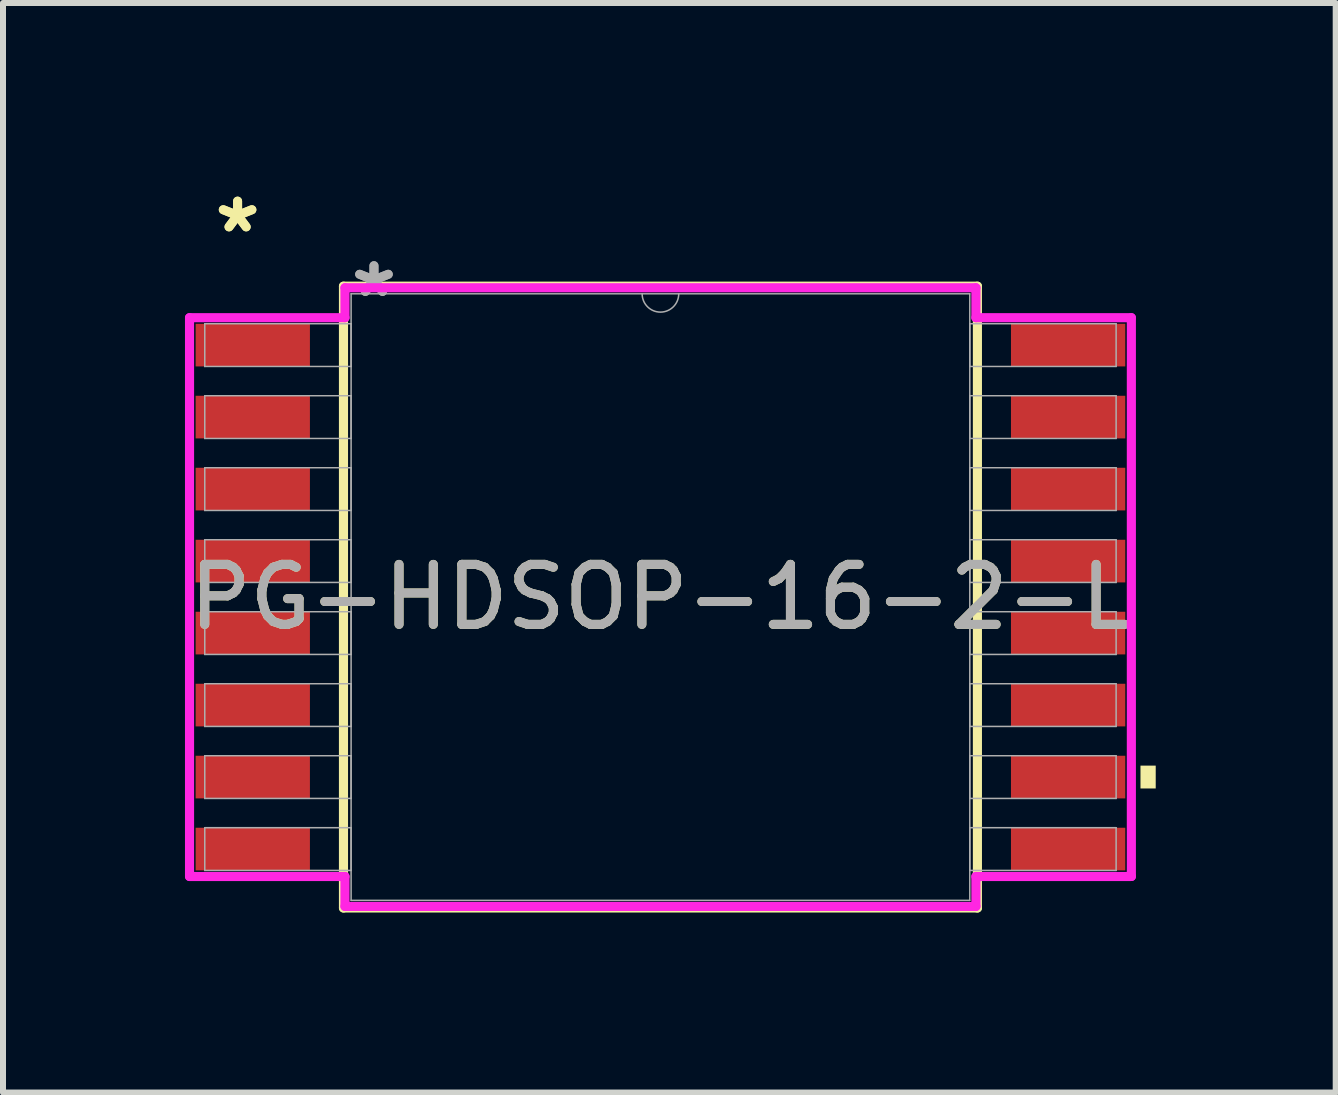
<source format=kicad_pcb>
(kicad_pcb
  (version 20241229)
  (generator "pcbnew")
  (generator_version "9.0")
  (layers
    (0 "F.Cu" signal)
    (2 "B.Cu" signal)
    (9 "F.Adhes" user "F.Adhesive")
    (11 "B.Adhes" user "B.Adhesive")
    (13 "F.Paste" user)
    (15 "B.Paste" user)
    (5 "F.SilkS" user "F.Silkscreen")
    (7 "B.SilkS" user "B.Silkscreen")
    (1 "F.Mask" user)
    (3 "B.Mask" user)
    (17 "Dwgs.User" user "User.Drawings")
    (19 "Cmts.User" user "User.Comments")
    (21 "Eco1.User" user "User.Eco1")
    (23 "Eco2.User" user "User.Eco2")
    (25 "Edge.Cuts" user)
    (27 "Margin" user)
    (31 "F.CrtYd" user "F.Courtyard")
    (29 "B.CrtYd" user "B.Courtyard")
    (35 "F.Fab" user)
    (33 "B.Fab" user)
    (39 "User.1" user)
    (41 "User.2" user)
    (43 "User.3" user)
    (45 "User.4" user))
  (footprint "PG-HDSOP-16-2-L"
    (layer "F.Cu")
    (at 7.958 6.902)
    (property "Reference" "PG-HDSOP-16-2-L" (at 0 0 0) (unlocked yes) (layer "F.SilkS") (effects (font (size 1 1) (thickness 0.15))))
    (attr smd)
    (fp_line (start -5.283 -5.182) (end -5.283 5.182) (stroke (width 0.152) (type solid)) (layer "F.SilkS"))
    (fp_line (start -5.283 5.182) (end 5.283 5.182) (stroke (width 0.152) (type solid)) (layer "F.SilkS"))
    (fp_line (start 5.283 -5.182) (end -5.283 -5.182) (stroke (width 0.152) (type solid)) (layer "F.SilkS"))
    (fp_line (start 5.283 5.182) (end 5.283 -5.182) (stroke (width 0.152) (type solid)) (layer "F.SilkS"))
    (fp_poly (pts (xy 8.255 2.809) (xy 8.255 3.19) (xy 8.001 3.19) (xy 8.001 2.809)) (stroke (width 0) (type solid)) (fill yes) (layer "F.SilkS"))
    (fp_line (start -7.849 -4.657) (end -5.258 -4.657) (stroke (width 0.152) (type solid)) (layer "F.CrtYd"))
    (fp_line (start -7.849 4.657) (end -7.849 -4.657) (stroke (width 0.152) (type solid)) (layer "F.CrtYd"))
    (fp_line (start -7.849 4.657) (end -5.258 4.657) (stroke (width 0.152) (type solid)) (layer "F.CrtYd"))
    (fp_line (start -5.258 -5.156) (end 5.258 -5.156) (stroke (width 0.152) (type solid)) (layer "F.CrtYd"))
    (fp_line (start -5.258 -4.657) (end -5.258 -5.156) (stroke (width 0.152) (type solid)) (layer "F.CrtYd"))
    (fp_line (start -5.258 5.156) (end -5.258 4.657) (stroke (width 0.152) (type solid)) (layer "F.CrtYd"))
    (fp_line (start 5.258 -5.156) (end 5.258 -4.657) (stroke (width 0.152) (type solid)) (layer "F.CrtYd"))
    (fp_line (start 5.258 4.657) (end 5.258 5.156) (stroke (width 0.152) (type solid)) (layer "F.CrtYd"))
    (fp_line (start 5.258 5.156) (end -5.258 5.156) (stroke (width 0.152) (type solid)) (layer "F.CrtYd"))
    (fp_line (start 7.849 -4.657) (end 5.258 -4.657) (stroke (width 0.152) (type solid)) (layer "F.CrtYd"))
    (fp_line (start 7.849 -4.657) (end 7.849 4.657) (stroke (width 0.152) (type solid)) (layer "F.CrtYd"))
    (fp_line (start 7.849 4.657) (end 5.258 4.657) (stroke (width 0.152) (type solid)) (layer "F.CrtYd"))
    (fp_line (start -7.595 -4.556) (end -7.595 -3.844) (stroke (width 0.025) (type solid)) (layer "F.Fab"))
    (fp_line (start -7.595 -3.844) (end -5.156 -3.844) (stroke (width 0.025) (type solid)) (layer "F.Fab"))
    (fp_line (start -7.595 -3.356) (end -7.595 -2.644) (stroke (width 0.025) (type solid)) (layer "F.Fab"))
    (fp_line (start -7.595 -2.644) (end -5.156 -2.644) (stroke (width 0.025) (type solid)) (layer "F.Fab"))
    (fp_line (start -7.595 -2.156) (end -7.595 -1.444) (stroke (width 0.025) (type solid)) (layer "F.Fab"))
    (fp_line (start -7.595 -1.444) (end -5.156 -1.444) (stroke (width 0.025) (type solid)) (layer "F.Fab"))
    (fp_line (start -7.595 -0.956) (end -7.595 -0.244) (stroke (width 0.025) (type solid)) (layer "F.Fab"))
    (fp_line (start -7.595 -0.244) (end -5.156 -0.244) (stroke (width 0.025) (type solid)) (layer "F.Fab"))
    (fp_line (start -7.595 0.244) (end -7.595 0.956) (stroke (width 0.025) (type solid)) (layer "F.Fab"))
    (fp_line (start -7.595 0.956) (end -5.156 0.956) (stroke (width 0.025) (type solid)) (layer "F.Fab"))
    (fp_line (start -7.595 1.444) (end -7.595 2.156) (stroke (width 0.025) (type solid)) (layer "F.Fab"))
    (fp_line (start -7.595 2.156) (end -5.156 2.156) (stroke (width 0.025) (type solid)) (layer "F.Fab"))
    (fp_line (start -7.595 2.644) (end -7.595 3.356) (stroke (width 0.025) (type solid)) (layer "F.Fab"))
    (fp_line (start -7.595 3.356) (end -5.156 3.356) (stroke (width 0.025) (type solid)) (layer "F.Fab"))
    (fp_line (start -7.595 3.844) (end -7.595 4.556) (stroke (width 0.025) (type solid)) (layer "F.Fab"))
    (fp_line (start -7.595 4.556) (end -5.156 4.556) (stroke (width 0.025) (type solid)) (layer "F.Fab"))
    (fp_line (start -5.156 -5.055) (end -5.156 5.055) (stroke (width 0.025) (type solid)) (layer "F.Fab"))
    (fp_line (start -5.156 -4.556) (end -7.595 -4.556) (stroke (width 0.025) (type solid)) (layer "F.Fab"))
    (fp_line (start -5.156 -3.844) (end -5.156 -4.556) (stroke (width 0.025) (type solid)) (layer "F.Fab"))
    (fp_line (start -5.156 -3.356) (end -7.595 -3.356) (stroke (width 0.025) (type solid)) (layer "F.Fab"))
    (fp_line (start -5.156 -2.644) (end -5.156 -3.356) (stroke (width 0.025) (type solid)) (layer "F.Fab"))
    (fp_line (start -5.156 -2.156) (end -7.595 -2.156) (stroke (width 0.025) (type solid)) (layer "F.Fab"))
    (fp_line (start -5.156 -1.444) (end -5.156 -2.156) (stroke (width 0.025) (type solid)) (layer "F.Fab"))
    (fp_line (start -5.156 -0.956) (end -7.595 -0.956) (stroke (width 0.025) (type solid)) (layer "F.Fab"))
    (fp_line (start -5.156 -0.244) (end -5.156 -0.956) (stroke (width 0.025) (type solid)) (layer "F.Fab"))
    (fp_line (start -5.156 0.244) (end -7.595 0.244) (stroke (width 0.025) (type solid)) (layer "F.Fab"))
    (fp_line (start -5.156 0.956) (end -5.156 0.244) (stroke (width 0.025) (type solid)) (layer "F.Fab"))
    (fp_line (start -5.156 1.444) (end -7.595 1.444) (stroke (width 0.025) (type solid)) (layer "F.Fab"))
    (fp_line (start -5.156 2.156) (end -5.156 1.444) (stroke (width 0.025) (type solid)) (layer "F.Fab"))
    (fp_line (start -5.156 2.644) (end -7.595 2.644) (stroke (width 0.025) (type solid)) (layer "F.Fab"))
    (fp_line (start -5.156 3.356) (end -5.156 2.644) (stroke (width 0.025) (type solid)) (layer "F.Fab"))
    (fp_line (start -5.156 3.844) (end -7.595 3.844) (stroke (width 0.025) (type solid)) (layer "F.Fab"))
    (fp_line (start -5.156 4.556) (end -5.156 3.844) (stroke (width 0.025) (type solid)) (layer "F.Fab"))
    (fp_line (start -5.156 5.055) (end 5.156 5.055) (stroke (width 0.025) (type solid)) (layer "F.Fab"))
    (fp_line (start 5.156 -5.055) (end -5.156 -5.055) (stroke (width 0.025) (type solid)) (layer "F.Fab"))
    (fp_line (start 5.156 -4.556) (end 5.156 -3.844) (stroke (width 0.025) (type solid)) (layer "F.Fab"))
    (fp_line (start 5.156 -3.844) (end 7.595 -3.844) (stroke (width 0.025) (type solid)) (layer "F.Fab"))
    (fp_line (start 5.156 -3.356) (end 5.156 -2.644) (stroke (width 0.025) (type solid)) (layer "F.Fab"))
    (fp_line (start 5.156 -2.644) (end 7.595 -2.644) (stroke (width 0.025) (type solid)) (layer "F.Fab"))
    (fp_line (start 5.156 -2.156) (end 5.156 -1.444) (stroke (width 0.025) (type solid)) (layer "F.Fab"))
    (fp_line (start 5.156 -1.444) (end 7.595 -1.444) (stroke (width 0.025) (type solid)) (layer "F.Fab"))
    (fp_line (start 5.156 -0.956) (end 5.156 -0.244) (stroke (width 0.025) (type solid)) (layer "F.Fab"))
    (fp_line (start 5.156 -0.244) (end 7.595 -0.244) (stroke (width 0.025) (type solid)) (layer "F.Fab"))
    (fp_line (start 5.156 0.244) (end 5.156 0.956) (stroke (width 0.025) (type solid)) (layer "F.Fab"))
    (fp_line (start 5.156 0.956) (end 7.595 0.956) (stroke (width 0.025) (type solid)) (layer "F.Fab"))
    (fp_line (start 5.156 1.444) (end 5.156 2.156) (stroke (width 0.025) (type solid)) (layer "F.Fab"))
    (fp_line (start 5.156 2.156) (end 7.595 2.156) (stroke (width 0.025) (type solid)) (layer "F.Fab"))
    (fp_line (start 5.156 2.644) (end 5.156 3.356) (stroke (width 0.025) (type solid)) (layer "F.Fab"))
    (fp_line (start 5.156 3.356) (end 7.595 3.356) (stroke (width 0.025) (type solid)) (layer "F.Fab"))
    (fp_line (start 5.156 3.844) (end 5.156 4.556) (stroke (width 0.025) (type solid)) (layer "F.Fab"))
    (fp_line (start 5.156 4.556) (end 7.595 4.556) (stroke (width 0.025) (type solid)) (layer "F.Fab"))
    (fp_line (start 5.156 5.055) (end 5.156 -5.055) (stroke (width 0.025) (type solid)) (layer "F.Fab"))
    (fp_line (start 7.595 -4.556) (end 5.156 -4.556) (stroke (width 0.025) (type solid)) (layer "F.Fab"))
    (fp_line (start 7.595 -3.844) (end 7.595 -4.556) (stroke (width 0.025) (type solid)) (layer "F.Fab"))
    (fp_line (start 7.595 -3.356) (end 5.156 -3.356) (stroke (width 0.025) (type solid)) (layer "F.Fab"))
    (fp_line (start 7.595 -2.644) (end 7.595 -3.356) (stroke (width 0.025) (type solid)) (layer "F.Fab"))
    (fp_line (start 7.595 -2.156) (end 5.156 -2.156) (stroke (width 0.025) (type solid)) (layer "F.Fab"))
    (fp_line (start 7.595 -1.444) (end 7.595 -2.156) (stroke (width 0.025) (type solid)) (layer "F.Fab"))
    (fp_line (start 7.595 -0.956) (end 5.156 -0.956) (stroke (width 0.025) (type solid)) (layer "F.Fab"))
    (fp_line (start 7.595 -0.244) (end 7.595 -0.956) (stroke (width 0.025) (type solid)) (layer "F.Fab"))
    (fp_line (start 7.595 0.244) (end 5.156 0.244) (stroke (width 0.025) (type solid)) (layer "F.Fab"))
    (fp_line (start 7.595 0.956) (end 7.595 0.244) (stroke (width 0.025) (type solid)) (layer "F.Fab"))
    (fp_line (start 7.595 1.444) (end 5.156 1.444) (stroke (width 0.025) (type solid)) (layer "F.Fab"))
    (fp_line (start 7.595 2.156) (end 7.595 1.444) (stroke (width 0.025) (type solid)) (layer "F.Fab"))
    (fp_line (start 7.595 2.644) (end 5.156 2.644) (stroke (width 0.025) (type solid)) (layer "F.Fab"))
    (fp_line (start 7.595 3.356) (end 7.595 2.644) (stroke (width 0.025) (type solid)) (layer "F.Fab"))
    (fp_line (start 7.595 3.844) (end 5.156 3.844) (stroke (width 0.025) (type solid)) (layer "F.Fab"))
    (fp_line (start 7.595 4.556) (end 7.595 3.844) (stroke (width 0.025) (type solid)) (layer "F.Fab"))
    (fp_arc (start 0.3048 -5.0546) (mid 0 -4.7498) (end -0.3048 -5.0546) (stroke (width 0.0254) (type solid)) (layer "F.Fab"))
    (fp_text user "*" (at -7.048 -6.054 0) (unlocked yes) (layer "F.SilkS") (effects (font (size 1 1) (thickness 0.15))))
    (fp_text user "*" (at -7.048 -6.054 0) (layer "F.SilkS") (effects (font (size 1 1) (thickness 0.15))))
    (fp_text user "*" (at -4.775 -4.978 0) (layer "F.Fab") (effects (font (size 1 1) (thickness 0.15))))
    (fp_text user "*" (at -4.775 -4.978 0) (unlocked yes) (layer "F.Fab") (effects (font (size 1 1) (thickness 0.15))))
    (fp_text user "${REFERENCE}" (at 0 0 0) (unlocked yes) (layer "F.Fab") (effects (font (size 1 1) (thickness 0.15))))
    (pad "1" smd rect (at -6.795 -4.2) (size 1.905 0.711) (layers "F.Cu" "F.Mask" "F.Paste"))
    (pad "2" smd rect (at -6.795 -3) (size 1.905 0.711) (layers "F.Cu" "F.Mask" "F.Paste"))
    (pad "3" smd rect (at -6.795 -1.8) (size 1.905 0.711) (layers "F.Cu" "F.Mask" "F.Paste"))
    (pad "4" smd rect (at -6.795 -0.6) (size 1.905 0.711) (layers "F.Cu" "F.Mask" "F.Paste"))
    (pad "5" smd rect (at -6.795 0.6) (size 1.905 0.711) (layers "F.Cu" "F.Mask" "F.Paste"))
    (pad "6" smd rect (at -6.795 1.8) (size 1.905 0.711) (layers "F.Cu" "F.Mask" "F.Paste"))
    (pad "7" smd rect (at -6.795 3) (size 1.905 0.711) (layers "F.Cu" "F.Mask" "F.Paste"))
    (pad "8" smd rect (at -6.795 4.2) (size 1.905 0.711) (layers "F.Cu" "F.Mask" "F.Paste"))
    (pad "9" smd rect (at 6.795 4.2) (size 1.905 0.711) (layers "F.Cu" "F.Mask" "F.Paste"))
    (pad "10" smd rect (at 6.795 3) (size 1.905 0.711) (layers "F.Cu" "F.Mask" "F.Paste"))
    (pad "11" smd rect (at 6.795 1.8) (size 1.905 0.711) (layers "F.Cu" "F.Mask" "F.Paste"))
    (pad "12" smd rect (at 6.795 0.6) (size 1.905 0.711) (layers "F.Cu" "F.Mask" "F.Paste"))
    (pad "13" smd rect (at 6.795 -0.6) (size 1.905 0.711) (layers "F.Cu" "F.Mask" "F.Paste"))
    (pad "14" smd rect (at 6.795 -1.8) (size 1.905 0.711) (layers "F.Cu" "F.Mask" "F.Paste"))
    (pad "15" smd rect (at 6.795 -3) (size 1.905 0.711) (layers "F.Cu" "F.Mask" "F.Paste"))
    (pad "16" smd rect (at 6.795 -4.2) (size 1.905 0.711) (layers "F.Cu" "F.Mask" "F.Paste")))
  (gr_rect
    (start -3 -3)
    (end 19.213 15.16)
    (stroke (width 0.1) (type default))
    (fill no)
    (layer "Edge.Cuts")))
</source>
